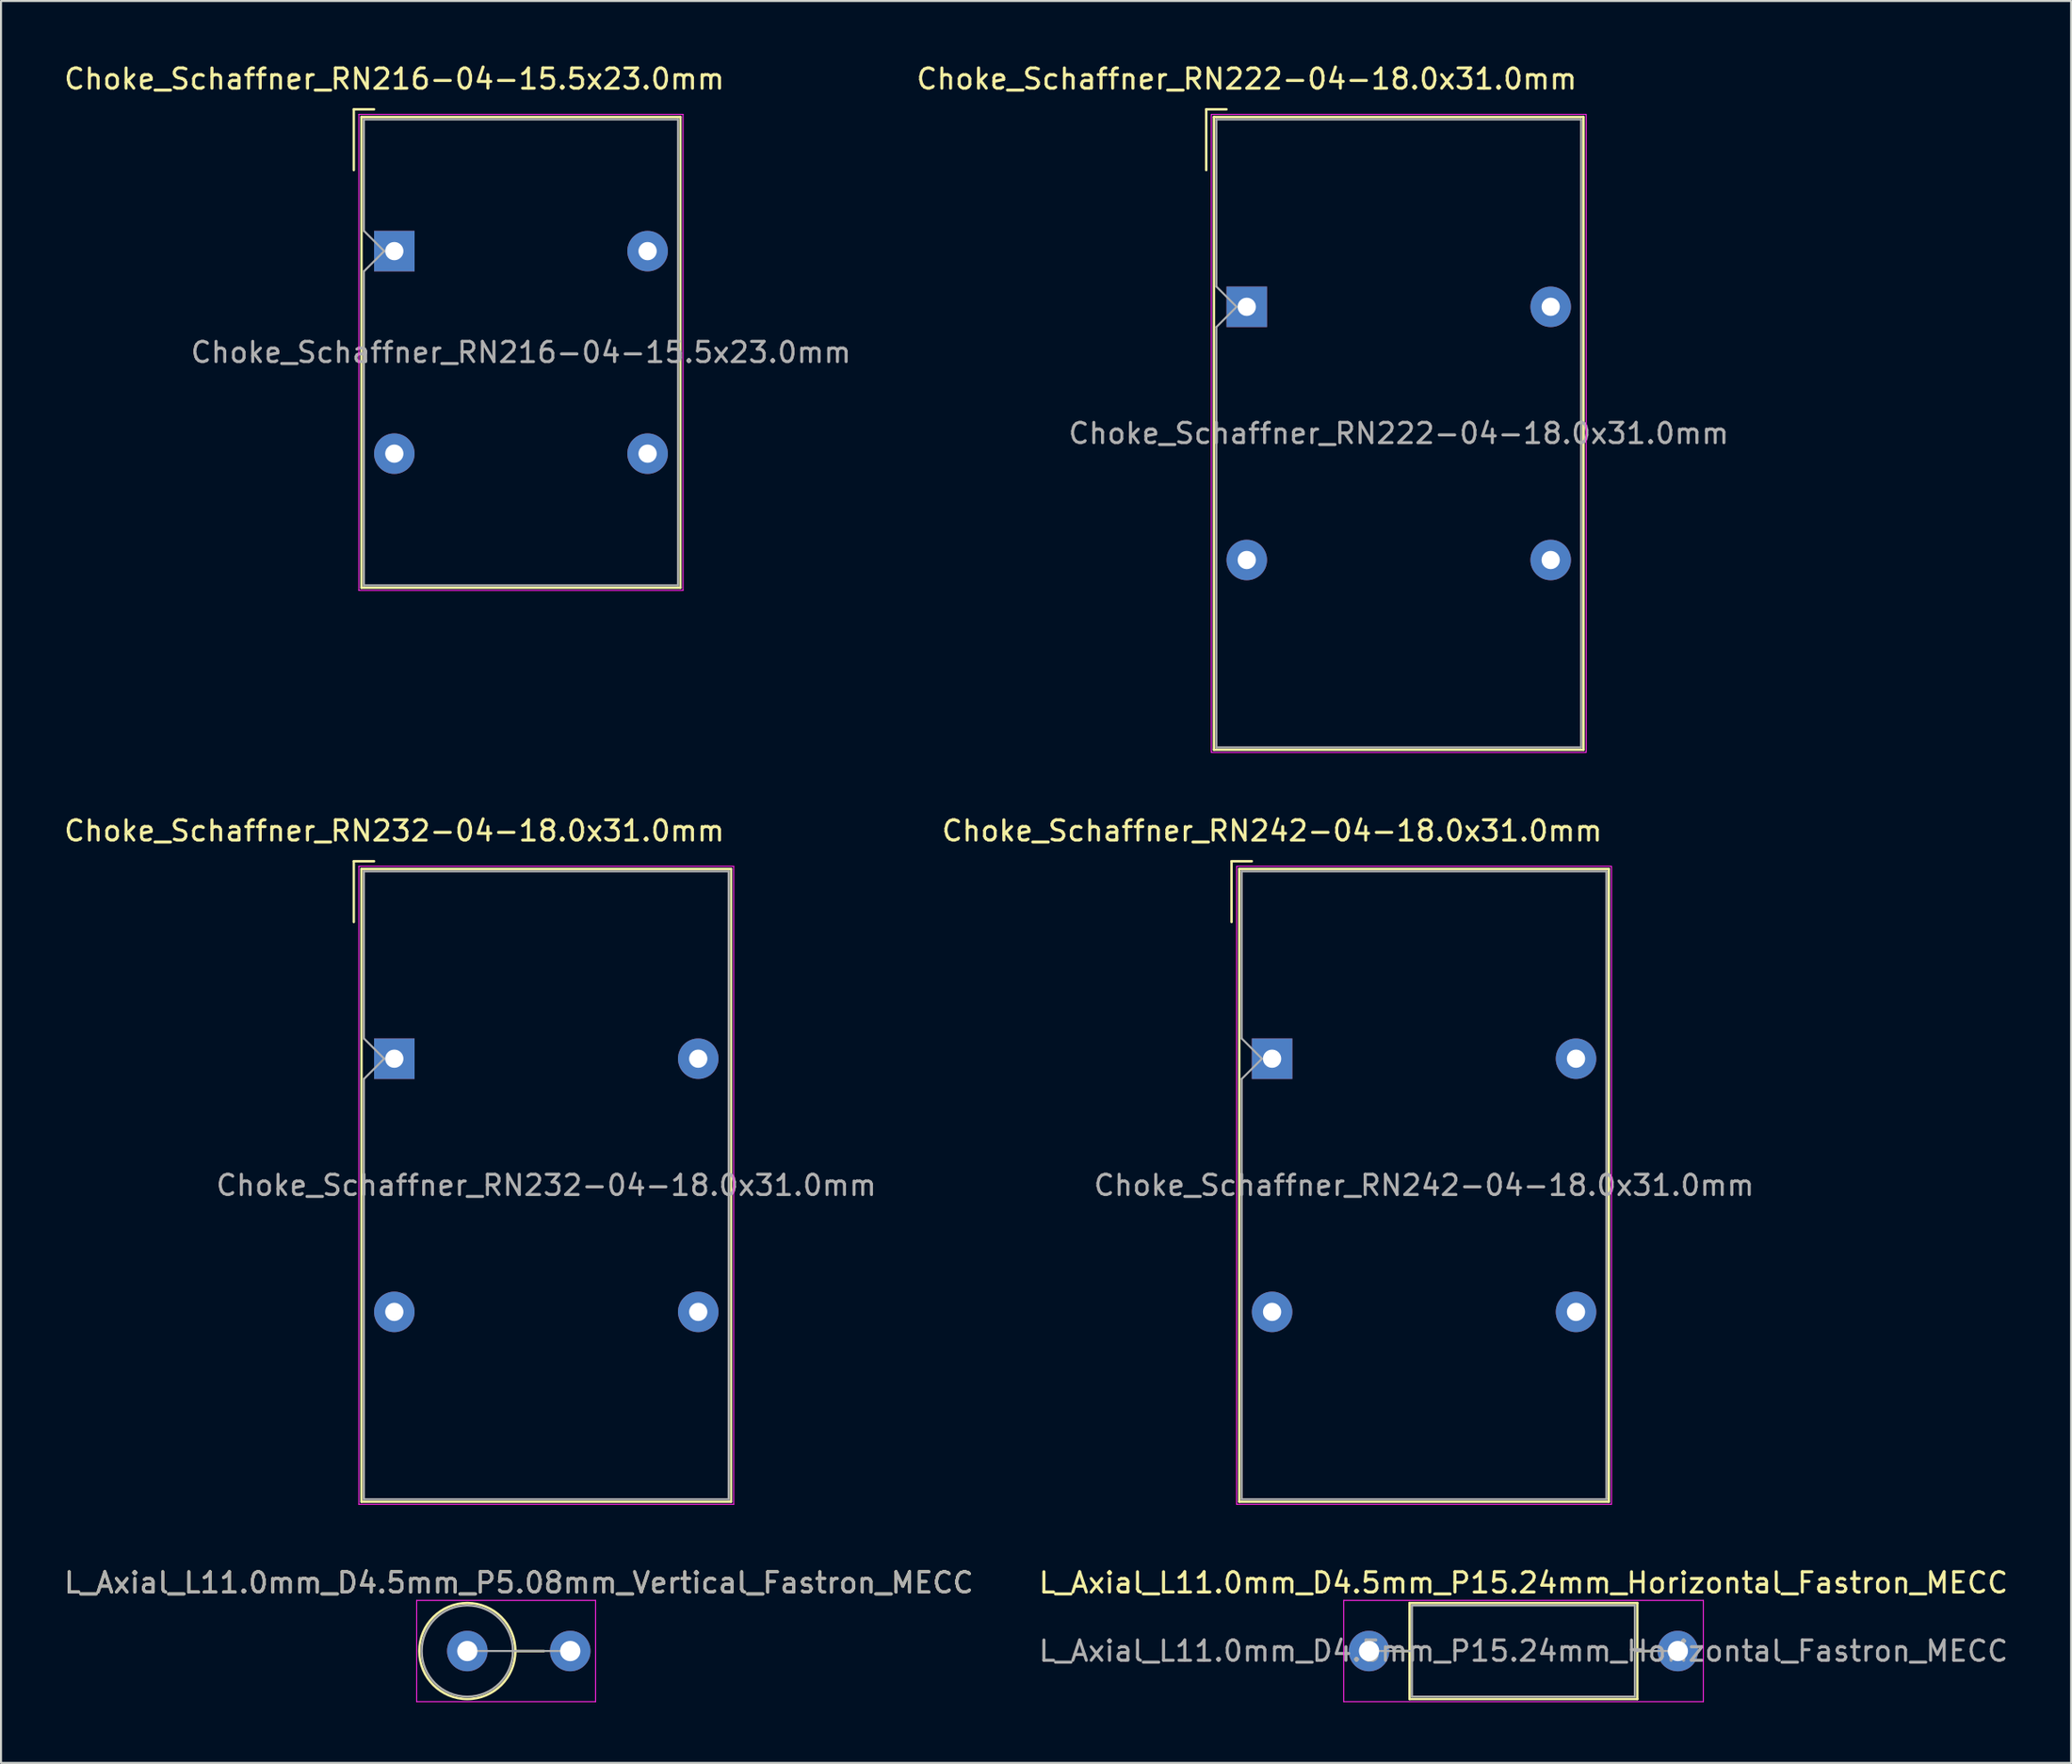
<source format=kicad_pcb>
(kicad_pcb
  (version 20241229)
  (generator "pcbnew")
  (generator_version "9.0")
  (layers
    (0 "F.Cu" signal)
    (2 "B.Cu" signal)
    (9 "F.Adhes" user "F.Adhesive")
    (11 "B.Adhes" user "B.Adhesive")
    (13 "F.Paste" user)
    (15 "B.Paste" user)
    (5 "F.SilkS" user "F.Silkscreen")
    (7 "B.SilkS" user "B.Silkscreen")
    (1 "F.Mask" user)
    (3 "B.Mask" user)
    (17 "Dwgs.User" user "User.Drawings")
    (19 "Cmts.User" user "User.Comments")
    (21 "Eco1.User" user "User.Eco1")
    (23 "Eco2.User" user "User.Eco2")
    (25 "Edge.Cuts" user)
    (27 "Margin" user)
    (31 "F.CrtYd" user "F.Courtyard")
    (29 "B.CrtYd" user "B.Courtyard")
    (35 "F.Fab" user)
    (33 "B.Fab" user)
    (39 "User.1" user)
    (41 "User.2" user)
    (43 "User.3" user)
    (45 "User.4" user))
  (footprint "L_Axial_L11.0mm_D4.5mm_P5.08mm_Vertical_Fastron_MECC"
    (layer "F.Cu")
    (at 20.014 78.465)
    (property "Reference" "L_Axial_L11.0mm_D4.5mm_P5.08mm_Vertical_Fastron_MECC" (at 2.54 -3.37 0) (layer "F.SilkS") (effects (font (size 1 1) (thickness 0.15))))
    (attr through_hole)
    (fp_line (start 2.37 0) (end 3.78 0) (stroke (width 0.12) (type solid)) (layer "F.SilkS"))
    (fp_circle (center 0 0) (end 2.37 0) (stroke (width 0.12) (type solid)) (fill no) (layer "F.SilkS"))
    (fp_line (start -2.5 -2.5) (end -2.5 2.5) (stroke (width 0.05) (type solid)) (layer "F.CrtYd"))
    (fp_line (start -2.5 2.5) (end 6.33 2.5) (stroke (width 0.05) (type solid)) (layer "F.CrtYd"))
    (fp_line (start 6.33 -2.5) (end -2.5 -2.5) (stroke (width 0.05) (type solid)) (layer "F.CrtYd"))
    (fp_line (start 6.33 2.5) (end 6.33 -2.5) (stroke (width 0.05) (type solid)) (layer "F.CrtYd"))
    (fp_line (start 0 0) (end 5.08 0) (stroke (width 0.1) (type solid)) (layer "F.Fab"))
    (fp_circle (center 0 0) (end 2.25 0) (stroke (width 0.1) (type solid)) (fill no) (layer "F.Fab"))
    (fp_text user "${REFERENCE}" (at 2.54 -3.37 0) (layer "F.Fab") (effects (font (size 1 1) (thickness 0.15))))
    (pad "1" thru_hole circle (at 0 0) (size 2 2) (drill 1) (layers "*.Cu" "*.Mask"))
    (pad "2" thru_hole oval (at 5.08 0) (size 2 2) (drill 1) (layers "*.Cu" "*.Mask")))
  (footprint "Choke_Schaffner_RN242-04-18.0x31.0mm"
    (layer "F.Cu")
    (at 59.732 49.221)
    (property "Reference" "Choke_Schaffner_RN242-04-18.0x31.0mm" (at 0 -11.25 0) (layer "F.SilkS") (effects (font (size 1 1) (thickness 0.15))))
    (attr through_hole)
    (fp_line (start -2 -9.75) (end -2 -6.75) (stroke (width 0.12) (type solid)) (layer "F.SilkS"))
    (fp_line (start -2 -9.75) (end -1 -9.75) (stroke (width 0.12) (type solid)) (layer "F.SilkS"))
    (fp_line (start -1.62 -9.37) (end 16.62 -9.37) (stroke (width 0.12) (type solid)) (layer "F.SilkS"))
    (fp_line (start -1.62 21.87) (end -1.62 -9.37) (stroke (width 0.12) (type solid)) (layer "F.SilkS"))
    (fp_line (start 16.62 -9.37) (end 16.62 21.87) (stroke (width 0.12) (type solid)) (layer "F.SilkS"))
    (fp_line (start 16.62 21.87) (end -1.62 21.87) (stroke (width 0.12) (type solid)) (layer "F.SilkS"))
    (fp_line (start -1.75 -9.5) (end -1.75 22) (stroke (width 0.05) (type solid)) (layer "F.CrtYd"))
    (fp_line (start -1.75 22) (end 16.75 22) (stroke (width 0.05) (type solid)) (layer "F.CrtYd"))
    (fp_line (start 16.75 -9.5) (end -1.75 -9.5) (stroke (width 0.05) (type solid)) (layer "F.CrtYd"))
    (fp_line (start 16.75 22) (end 16.75 -9.5) (stroke (width 0.05) (type solid)) (layer "F.CrtYd"))
    (fp_line (start -1.5 -9.25) (end 16.5 -9.25) (stroke (width 0.1) (type solid)) (layer "F.Fab"))
    (fp_line (start -1.5 -1) (end -1.5 -9.25) (stroke (width 0.1) (type solid)) (layer "F.Fab"))
    (fp_line (start -1.5 1) (end -0.5 0) (stroke (width 0.1) (type solid)) (layer "F.Fab"))
    (fp_line (start -1.5 21.75) (end -1.5 1) (stroke (width 0.1) (type solid)) (layer "F.Fab"))
    (fp_line (start -0.5 0) (end -1.5 -1) (stroke (width 0.1) (type solid)) (layer "F.Fab"))
    (fp_line (start 16.5 -9.25) (end 16.5 21.75) (stroke (width 0.1) (type solid)) (layer "F.Fab"))
    (fp_line (start 16.5 21.75) (end -1.5 21.75) (stroke (width 0.1) (type solid)) (layer "F.Fab"))
    (fp_text user "${REFERENCE}" (at 7.5 6.25 0) (layer "F.Fab") (effects (font (size 1 1) (thickness 0.15))))
    (pad "1" thru_hole rect (at 0 0) (size 2 2) (drill 0.9) (layers "*.Cu" "*.Mask"))
    (pad "2" thru_hole circle (at 15 0) (size 2 2) (drill 0.9) (layers "*.Cu" "*.Mask"))
    (pad "3" thru_hole circle (at 0 12.5) (size 2 2) (drill 0.9) (layers "*.Cu" "*.Mask"))
    (pad "4" thru_hole circle (at 15 12.5) (size 2 2) (drill 0.9) (layers "*.Cu" "*.Mask")))
  (footprint "Choke_Schaffner_RN232-04-18.0x31.0mm"
    (layer "F.Cu")
    (at 16.411 49.221)
    (property "Reference" "Choke_Schaffner_RN232-04-18.0x31.0mm" (at 0 -11.25 0) (layer "F.SilkS") (effects (font (size 1 1) (thickness 0.15))))
    (attr through_hole)
    (fp_line (start -2 -9.75) (end -2 -6.75) (stroke (width 0.12) (type solid)) (layer "F.SilkS"))
    (fp_line (start -2 -9.75) (end -1 -9.75) (stroke (width 0.12) (type solid)) (layer "F.SilkS"))
    (fp_line (start -1.62 -9.37) (end 16.62 -9.37) (stroke (width 0.12) (type solid)) (layer "F.SilkS"))
    (fp_line (start -1.62 21.87) (end -1.62 -9.37) (stroke (width 0.12) (type solid)) (layer "F.SilkS"))
    (fp_line (start 16.62 -9.37) (end 16.62 21.87) (stroke (width 0.12) (type solid)) (layer "F.SilkS"))
    (fp_line (start 16.62 21.87) (end -1.62 21.87) (stroke (width 0.12) (type solid)) (layer "F.SilkS"))
    (fp_line (start -1.75 -9.5) (end -1.75 22) (stroke (width 0.05) (type solid)) (layer "F.CrtYd"))
    (fp_line (start -1.75 22) (end 16.75 22) (stroke (width 0.05) (type solid)) (layer "F.CrtYd"))
    (fp_line (start 16.75 -9.5) (end -1.75 -9.5) (stroke (width 0.05) (type solid)) (layer "F.CrtYd"))
    (fp_line (start 16.75 22) (end 16.75 -9.5) (stroke (width 0.05) (type solid)) (layer "F.CrtYd"))
    (fp_line (start -1.5 -9.25) (end 16.5 -9.25) (stroke (width 0.1) (type solid)) (layer "F.Fab"))
    (fp_line (start -1.5 -1) (end -1.5 -9.25) (stroke (width 0.1) (type solid)) (layer "F.Fab"))
    (fp_line (start -1.5 1) (end -0.5 0) (stroke (width 0.1) (type solid)) (layer "F.Fab"))
    (fp_line (start -1.5 21.75) (end -1.5 1) (stroke (width 0.1) (type solid)) (layer "F.Fab"))
    (fp_line (start -0.5 0) (end -1.5 -1) (stroke (width 0.1) (type solid)) (layer "F.Fab"))
    (fp_line (start 16.5 -9.25) (end 16.5 21.75) (stroke (width 0.1) (type solid)) (layer "F.Fab"))
    (fp_line (start 16.5 21.75) (end -1.5 21.75) (stroke (width 0.1) (type solid)) (layer "F.Fab"))
    (fp_text user "${REFERENCE}" (at 7.5 6.25 0) (layer "F.Fab") (effects (font (size 1 1) (thickness 0.15))))
    (pad "1" thru_hole rect (at 0 0) (size 2 2) (drill 0.9) (layers "*.Cu" "*.Mask"))
    (pad "2" thru_hole circle (at 15 0) (size 2 2) (drill 0.9) (layers "*.Cu" "*.Mask"))
    (pad "3" thru_hole circle (at 0 12.5) (size 2 2) (drill 0.9) (layers "*.Cu" "*.Mask"))
    (pad "4" thru_hole circle (at 15 12.5) (size 2 2) (drill 0.9) (layers "*.Cu" "*.Mask")))
  (footprint "L_Axial_L11.0mm_D4.5mm_P15.24mm_Horizontal_Fastron_MECC"
    (layer "F.Cu")
    (at 64.517 78.465)
    (property "Reference" "L_Axial_L11.0mm_D4.5mm_P15.24mm_Horizontal_Fastron_MECC" (at 7.62 -3.37 0) (layer "F.SilkS") (effects (font (size 1 1) (thickness 0.15))))
    (attr through_hole)
    (fp_line (start 1.24 0) (end 2 0) (stroke (width 0.12) (type solid)) (layer "F.SilkS"))
    (fp_line (start 2 -2.37) (end 2 2.37) (stroke (width 0.12) (type solid)) (layer "F.SilkS"))
    (fp_line (start 2 2.37) (end 13.24 2.37) (stroke (width 0.12) (type solid)) (layer "F.SilkS"))
    (fp_line (start 13.24 -2.37) (end 2 -2.37) (stroke (width 0.12) (type solid)) (layer "F.SilkS"))
    (fp_line (start 13.24 2.37) (end 13.24 -2.37) (stroke (width 0.12) (type solid)) (layer "F.SilkS"))
    (fp_line (start 14 0) (end 13.24 0) (stroke (width 0.12) (type solid)) (layer "F.SilkS"))
    (fp_line (start -1.25 -2.5) (end -1.25 2.5) (stroke (width 0.05) (type solid)) (layer "F.CrtYd"))
    (fp_line (start -1.25 2.5) (end 16.5 2.5) (stroke (width 0.05) (type solid)) (layer "F.CrtYd"))
    (fp_line (start 16.5 -2.5) (end -1.25 -2.5) (stroke (width 0.05) (type solid)) (layer "F.CrtYd"))
    (fp_line (start 16.5 2.5) (end 16.5 -2.5) (stroke (width 0.05) (type solid)) (layer "F.CrtYd"))
    (fp_line (start 0 0) (end 2.12 0) (stroke (width 0.1) (type solid)) (layer "F.Fab"))
    (fp_line (start 2.12 -2.25) (end 2.12 2.25) (stroke (width 0.1) (type solid)) (layer "F.Fab"))
    (fp_line (start 2.12 2.25) (end 13.12 2.25) (stroke (width 0.1) (type solid)) (layer "F.Fab"))
    (fp_line (start 13.12 -2.25) (end 2.12 -2.25) (stroke (width 0.1) (type solid)) (layer "F.Fab"))
    (fp_line (start 13.12 2.25) (end 13.12 -2.25) (stroke (width 0.1) (type solid)) (layer "F.Fab"))
    (fp_line (start 15.24 0) (end 13.12 0) (stroke (width 0.1) (type solid)) (layer "F.Fab"))
    (fp_text user "${REFERENCE}" (at 7.62 0 0) (layer "F.Fab") (effects (font (size 1 1) (thickness 0.15))))
    (pad "1" thru_hole circle (at 0 0) (size 2 2) (drill 1) (layers "*.Cu" "*.Mask"))
    (pad "2" thru_hole oval (at 15.24 0) (size 2 2) (drill 1) (layers "*.Cu" "*.Mask")))
  (footprint "Choke_Schaffner_RN222-04-18.0x31.0mm"
    (layer "F.Cu")
    (at 58.482 12.098)
    (property "Reference" "Choke_Schaffner_RN222-04-18.0x31.0mm" (at 0 -11.25 0) (layer "F.SilkS") (effects (font (size 1 1) (thickness 0.15))))
    (attr through_hole)
    (fp_line (start -2 -9.75) (end -2 -6.75) (stroke (width 0.12) (type solid)) (layer "F.SilkS"))
    (fp_line (start -2 -9.75) (end -1 -9.75) (stroke (width 0.12) (type solid)) (layer "F.SilkS"))
    (fp_line (start -1.62 -9.37) (end 16.62 -9.37) (stroke (width 0.12) (type solid)) (layer "F.SilkS"))
    (fp_line (start -1.62 21.87) (end -1.62 -9.37) (stroke (width 0.12) (type solid)) (layer "F.SilkS"))
    (fp_line (start 16.62 -9.37) (end 16.62 21.87) (stroke (width 0.12) (type solid)) (layer "F.SilkS"))
    (fp_line (start 16.62 21.87) (end -1.62 21.87) (stroke (width 0.12) (type solid)) (layer "F.SilkS"))
    (fp_line (start -1.75 -9.5) (end -1.75 22) (stroke (width 0.05) (type solid)) (layer "F.CrtYd"))
    (fp_line (start -1.75 22) (end 16.75 22) (stroke (width 0.05) (type solid)) (layer "F.CrtYd"))
    (fp_line (start 16.75 -9.5) (end -1.75 -9.5) (stroke (width 0.05) (type solid)) (layer "F.CrtYd"))
    (fp_line (start 16.75 22) (end 16.75 -9.5) (stroke (width 0.05) (type solid)) (layer "F.CrtYd"))
    (fp_line (start -1.5 -9.25) (end 16.5 -9.25) (stroke (width 0.1) (type solid)) (layer "F.Fab"))
    (fp_line (start -1.5 -1) (end -1.5 -9.25) (stroke (width 0.1) (type solid)) (layer "F.Fab"))
    (fp_line (start -1.5 1) (end -0.5 0) (stroke (width 0.1) (type solid)) (layer "F.Fab"))
    (fp_line (start -1.5 21.75) (end -1.5 1) (stroke (width 0.1) (type solid)) (layer "F.Fab"))
    (fp_line (start -0.5 0) (end -1.5 -1) (stroke (width 0.1) (type solid)) (layer "F.Fab"))
    (fp_line (start 16.5 -9.25) (end 16.5 21.75) (stroke (width 0.1) (type solid)) (layer "F.Fab"))
    (fp_line (start 16.5 21.75) (end -1.5 21.75) (stroke (width 0.1) (type solid)) (layer "F.Fab"))
    (fp_text user "${REFERENCE}" (at 7.5 6.25 0) (layer "F.Fab") (effects (font (size 1 1) (thickness 0.15))))
    (pad "1" thru_hole rect (at 0 0) (size 2 2) (drill 0.9) (layers "*.Cu" "*.Mask"))
    (pad "2" thru_hole circle (at 15 0) (size 2 2) (drill 0.9) (layers "*.Cu" "*.Mask"))
    (pad "3" thru_hole circle (at 0 12.5) (size 2 2) (drill 0.9) (layers "*.Cu" "*.Mask"))
    (pad "4" thru_hole circle (at 15 12.5) (size 2 2) (drill 0.9) (layers "*.Cu" "*.Mask")))
  (footprint "Choke_Schaffner_RN216-04-15.5x23.0mm"
    (layer "F.Cu")
    (at 16.411 9.348)
    (property "Reference" "Choke_Schaffner_RN216-04-15.5x23.0mm" (at 0 -8.5 0) (layer "F.SilkS") (effects (font (size 1 1) (thickness 0.15))))
    (attr through_hole)
    (fp_line (start -2 -7) (end -2 -4) (stroke (width 0.12) (type solid)) (layer "F.SilkS"))
    (fp_line (start -2 -7) (end -1 -7) (stroke (width 0.12) (type solid)) (layer "F.SilkS"))
    (fp_line (start -1.62 -6.62) (end 14.12 -6.62) (stroke (width 0.12) (type solid)) (layer "F.SilkS"))
    (fp_line (start -1.62 16.62) (end -1.62 -6.62) (stroke (width 0.12) (type solid)) (layer "F.SilkS"))
    (fp_line (start 14.12 -6.62) (end 14.12 16.62) (stroke (width 0.12) (type solid)) (layer "F.SilkS"))
    (fp_line (start 14.12 16.62) (end -1.62 16.62) (stroke (width 0.12) (type solid)) (layer "F.SilkS"))
    (fp_line (start -1.75 -6.75) (end -1.75 16.75) (stroke (width 0.05) (type solid)) (layer "F.CrtYd"))
    (fp_line (start -1.75 16.75) (end 14.25 16.75) (stroke (width 0.05) (type solid)) (layer "F.CrtYd"))
    (fp_line (start 14.25 -6.75) (end -1.75 -6.75) (stroke (width 0.05) (type solid)) (layer "F.CrtYd"))
    (fp_line (start 14.25 16.75) (end 14.25 -6.75) (stroke (width 0.05) (type solid)) (layer "F.CrtYd"))
    (fp_line (start -1.5 -6.5) (end 14 -6.5) (stroke (width 0.1) (type solid)) (layer "F.Fab"))
    (fp_line (start -1.5 -1) (end -1.5 -6.5) (stroke (width 0.1) (type solid)) (layer "F.Fab"))
    (fp_line (start -1.5 1) (end -0.5 0) (stroke (width 0.1) (type solid)) (layer "F.Fab"))
    (fp_line (start -1.5 16.5) (end -1.5 1) (stroke (width 0.1) (type solid)) (layer "F.Fab"))
    (fp_line (start -0.5 0) (end -1.5 -1) (stroke (width 0.1) (type solid)) (layer "F.Fab"))
    (fp_line (start 14 -6.5) (end 14 16.5) (stroke (width 0.1) (type solid)) (layer "F.Fab"))
    (fp_line (start 14 16.5) (end -1.5 16.5) (stroke (width 0.1) (type solid)) (layer "F.Fab"))
    (fp_text user "${REFERENCE}" (at 6.25 5 0) (layer "F.Fab") (effects (font (size 1 1) (thickness 0.15))))
    (pad "1" thru_hole rect (at 0 0) (size 2 2) (drill 0.9) (layers "*.Cu" "*.Mask"))
    (pad "2" thru_hole circle (at 12.5 0) (size 2 2) (drill 0.9) (layers "*.Cu" "*.Mask"))
    (pad "3" thru_hole circle (at 0 10) (size 2 2) (drill 0.9) (layers "*.Cu" "*.Mask"))
    (pad "4" thru_hole circle (at 12.5 10) (size 2 2) (drill 0.9) (layers "*.Cu" "*.Mask")))
  (gr_rect
    (start -3 -3)
    (end 99.167 83.99)
    (stroke (width 0.1) (type default))
    (fill no)
    (layer "Edge.Cuts")))
</source>
